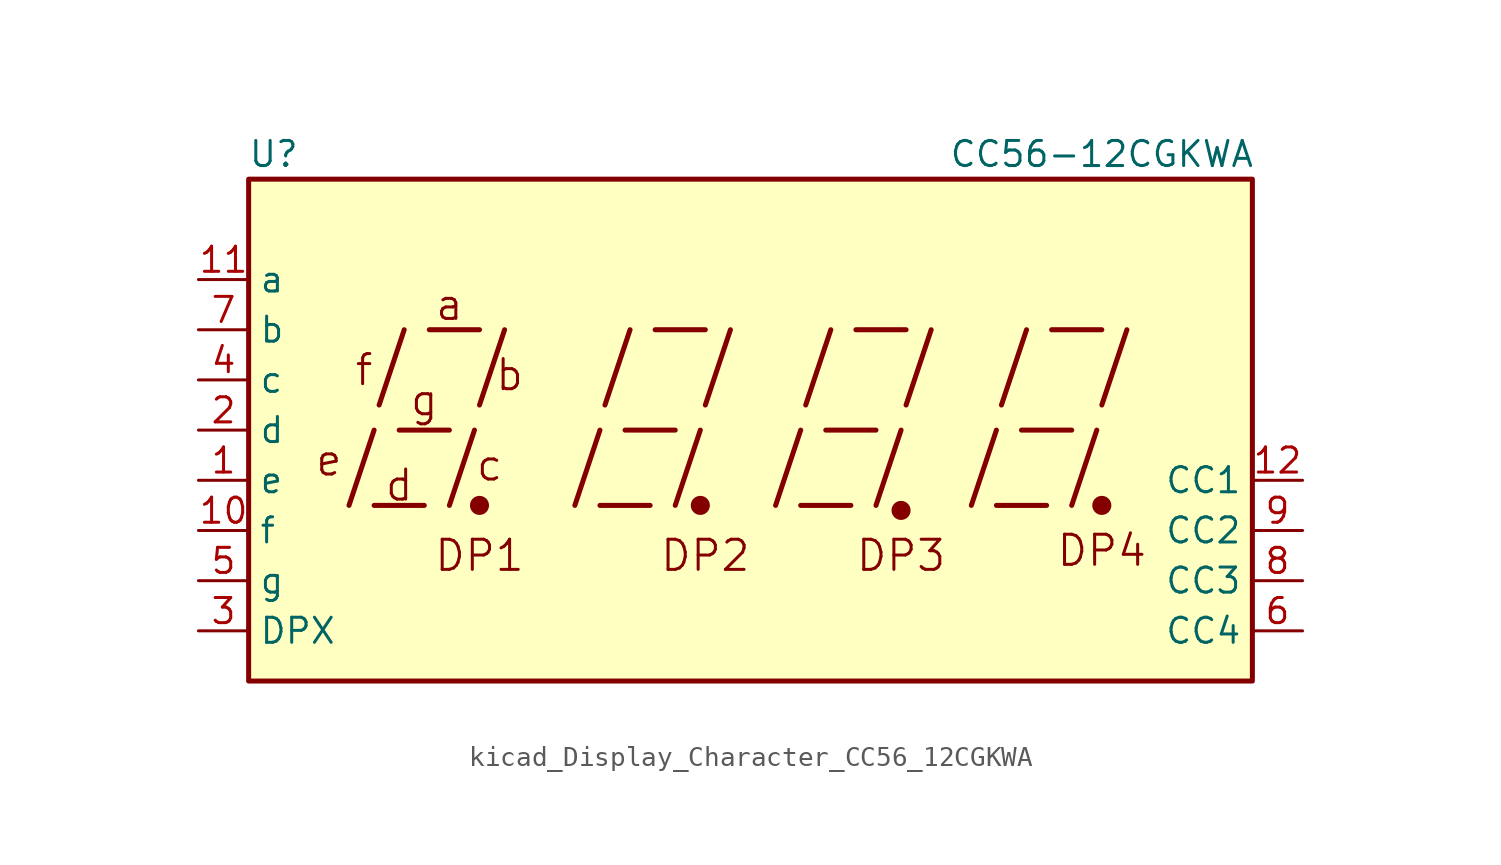
<source format=kicad_sym>
(kicad_symbol_lib
  (version 20220914)
  (generator kicad_symbol_editor)
  (symbol "kicad_Display_Character_CC56_12CGKWA"
    (property "Reference" "U"
      (at -24.13 13.97 0)
      (effects (font (size 1.27 1.27))))
    (property "Value" "CC56-12CGKWA"
      (at 17.78 13.97 0)
      (effects (font (size 1.27 1.27))))
    (symbol "kicad_Display_Character_CC56_12CGKWA_0_0"
      (rectangle (start -25.4 12.7) (end 25.4 -12.7) (stroke (width 0.254) (type default)) (fill (type background)))
      (polyline (pts (xy -20.32 -3.81) (xy -19.05 0)) (stroke (width 0.254) (type default)) (fill (type none)))
      (polyline (pts (xy -19.05 -3.81) (xy -16.51 -3.81)) (stroke (width 0.254) (type default)) (fill (type none)))
      (polyline (pts (xy -18.796 1.27) (xy -17.526 5.08)) (stroke (width 0.254) (type default)) (fill (type none)))
      (polyline (pts (xy -17.78 0) (xy -15.24 0)) (stroke (width 0.254) (type default)) (fill (type none)))
      (polyline (pts (xy -16.256 5.08) (xy -13.716 5.08)) (stroke (width 0.254) (type default)) (fill (type none)))
      (polyline (pts (xy -15.24 -3.81) (xy -13.97 0)) (stroke (width 0.254) (type default)) (fill (type none)))
      (polyline (pts (xy -13.716 1.27) (xy -12.446 5.08)) (stroke (width 0.254) (type default)) (fill (type none)))
      (polyline (pts (xy -8.89 -3.81) (xy -7.62 0)) (stroke (width 0.254) (type default)) (fill (type none)))
      (polyline (pts (xy -7.62 -3.81) (xy -5.08 -3.81)) (stroke (width 0.254) (type default)) (fill (type none)))
      (polyline (pts (xy -7.366 1.27) (xy -6.096 5.08)) (stroke (width 0.254) (type default)) (fill (type none)))
      (polyline (pts (xy -6.35 0) (xy -3.81 0)) (stroke (width 0.254) (type default)) (fill (type none)))
      (polyline (pts (xy -4.826 5.08) (xy -2.286 5.08)) (stroke (width 0.254) (type default)) (fill (type none)))
      (polyline (pts (xy -3.81 -3.81) (xy -2.54 0)) (stroke (width 0.254) (type default)) (fill (type none)))
      (polyline (pts (xy -2.286 1.27) (xy -1.016 5.08)) (stroke (width 0.254) (type default)) (fill (type none)))
      (polyline (pts (xy 1.27 -3.81) (xy 2.54 0)) (stroke (width 0.254) (type default)) (fill (type none)))
      (polyline (pts (xy 2.54 -3.81) (xy 5.08 -3.81)) (stroke (width 0.254) (type default)) (fill (type none)))
      (polyline (pts (xy 2.794 1.27) (xy 4.064 5.08)) (stroke (width 0.254) (type default)) (fill (type none)))
      (polyline (pts (xy 3.81 0) (xy 6.35 0)) (stroke (width 0.254) (type default)) (fill (type none)))
      (polyline (pts (xy 5.334 5.08) (xy 7.874 5.08)) (stroke (width 0.254) (type default)) (fill (type none)))
      (polyline (pts (xy 6.35 -3.81) (xy 7.62 0)) (stroke (width 0.254) (type default)) (fill (type none)))
      (polyline (pts (xy 7.874 1.27) (xy 9.144 5.08)) (stroke (width 0.254) (type default)) (fill (type none)))
      (polyline (pts (xy 11.176 -3.81) (xy 12.446 0)) (stroke (width 0.254) (type default)) (fill (type none)))
      (polyline (pts (xy 12.446 -3.81) (xy 14.986 -3.81)) (stroke (width 0.254) (type default)) (fill (type none)))
      (polyline (pts (xy 12.7 1.27) (xy 13.97 5.08)) (stroke (width 0.254) (type default)) (fill (type none)))
      (polyline (pts (xy 13.716 0) (xy 16.256 0)) (stroke (width 0.254) (type default)) (fill (type none)))
      (polyline (pts (xy 15.24 5.08) (xy 17.78 5.08)) (stroke (width 0.254) (type default)) (fill (type none)))
      (polyline (pts (xy 16.256 -3.81) (xy 17.526 0)) (stroke (width 0.254) (type default)) (fill (type none)))
      (polyline (pts (xy 17.78 1.27) (xy 19.05 5.08)) (stroke (width 0.254) (type default)) (fill (type none)))
      (text "a" (at -15.24 6.35 0) (effects (font (size 1.524 1.524))))
      (text "b" (at -12.192 2.794 0) (effects (font (size 1.524 1.524))))
      (text "c" (at -13.208 -1.778 0) (effects (font (size 1.524 1.524))))
      (text "d" (at -17.78 -2.794 0) (effects (font (size 1.524 1.524))))
      (text "DP1" (at -13.716 -6.35 0) (effects (font (size 1.524 1.524))))
      (text "DP2" (at -2.286 -6.35 0) (effects (font (size 1.524 1.524))))
      (text "DP3" (at 7.62 -6.35 0) (effects (font (size 1.524 1.524))))
      (text "DP4" (at 17.78 -6.096 0) (effects (font (size 1.524 1.524))))
      (text "e" (at -21.336 -1.524 0) (effects (font (size 1.524 1.524))))
      (text "f" (at -19.558 3.048 0) (effects (font (size 1.524 1.524))))
      (text "g" (at -16.51 1.524 0) (effects (font (size 1.524 1.524)))))
    (symbol "kicad_Display_Character_CC56_12CGKWA_0_1"
      (circle (center -13.716 -3.81) (radius 0.356) (stroke (width 0.254) (type default)) (fill (type outline)))
      (circle (center -2.54 -3.81) (radius 0.356) (stroke (width 0.254) (type default)) (fill (type outline))))
    (symbol "kicad_Display_Character_CC56_12CGKWA_1_0"
      (circle (center 7.62 -4.064) (radius 0.356) (stroke (width 0.254) (type default)) (fill (type outline)))
      (circle (center 17.78 -3.81) (radius 0.356) (stroke (width 0.254) (type default)) (fill (type outline))))
    (symbol "kicad_Display_Character_CC56_12CGKWA_1_1"
      (pin input line (at -27.94 -2.54 0) (length 2.54) (name "e" (effects (font (size 1.27 1.27)))) (number "1" (effects (font (size 1.27 1.27)))))
      (pin input line (at -27.94 -5.08 0) (length 2.54) (name "f" (effects (font (size 1.27 1.27)))) (number "10" (effects (font (size 1.27 1.27)))))
      (pin input line (at -27.94 7.62 0) (length 2.54) (name "a" (effects (font (size 1.27 1.27)))) (number "11" (effects (font (size 1.27 1.27)))))
      (pin input line (at 27.94 -2.54 180) (length 2.54) (name "CC1" (effects (font (size 1.27 1.27)))) (number "12" (effects (font (size 1.27 1.27)))))
      (pin input line (at -27.94 0 0) (length 2.54) (name "d" (effects (font (size 1.27 1.27)))) (number "2" (effects (font (size 1.27 1.27)))))
      (pin input line (at -27.94 -10.16 0) (length 2.54) (name "DPX" (effects (font (size 1.27 1.27)))) (number "3" (effects (font (size 1.27 1.27)))))
      (pin input line (at -27.94 2.54 0) (length 2.54) (name "c" (effects (font (size 1.27 1.27)))) (number "4" (effects (font (size 1.27 1.27)))))
      (pin input line (at -27.94 -7.62 0) (length 2.54) (name "g" (effects (font (size 1.27 1.27)))) (number "5" (effects (font (size 1.27 1.27)))))
      (pin input line (at 27.94 -10.16 180) (length 2.54) (name "CC4" (effects (font (size 1.27 1.27)))) (number "6" (effects (font (size 1.27 1.27)))))
      (pin input line (at -27.94 5.08 0) (length 2.54) (name "b" (effects (font (size 1.27 1.27)))) (number "7" (effects (font (size 1.27 1.27)))))
      (pin input line (at 27.94 -7.62 180) (length 2.54) (name "CC3" (effects (font (size 1.27 1.27)))) (number "8" (effects (font (size 1.27 1.27)))))
      (pin input line (at 27.94 -5.08 180) (length 2.54) (name "CC2" (effects (font (size 1.27 1.27)))) (number "9" (effects (font (size 1.27 1.27))))))))
</source>
